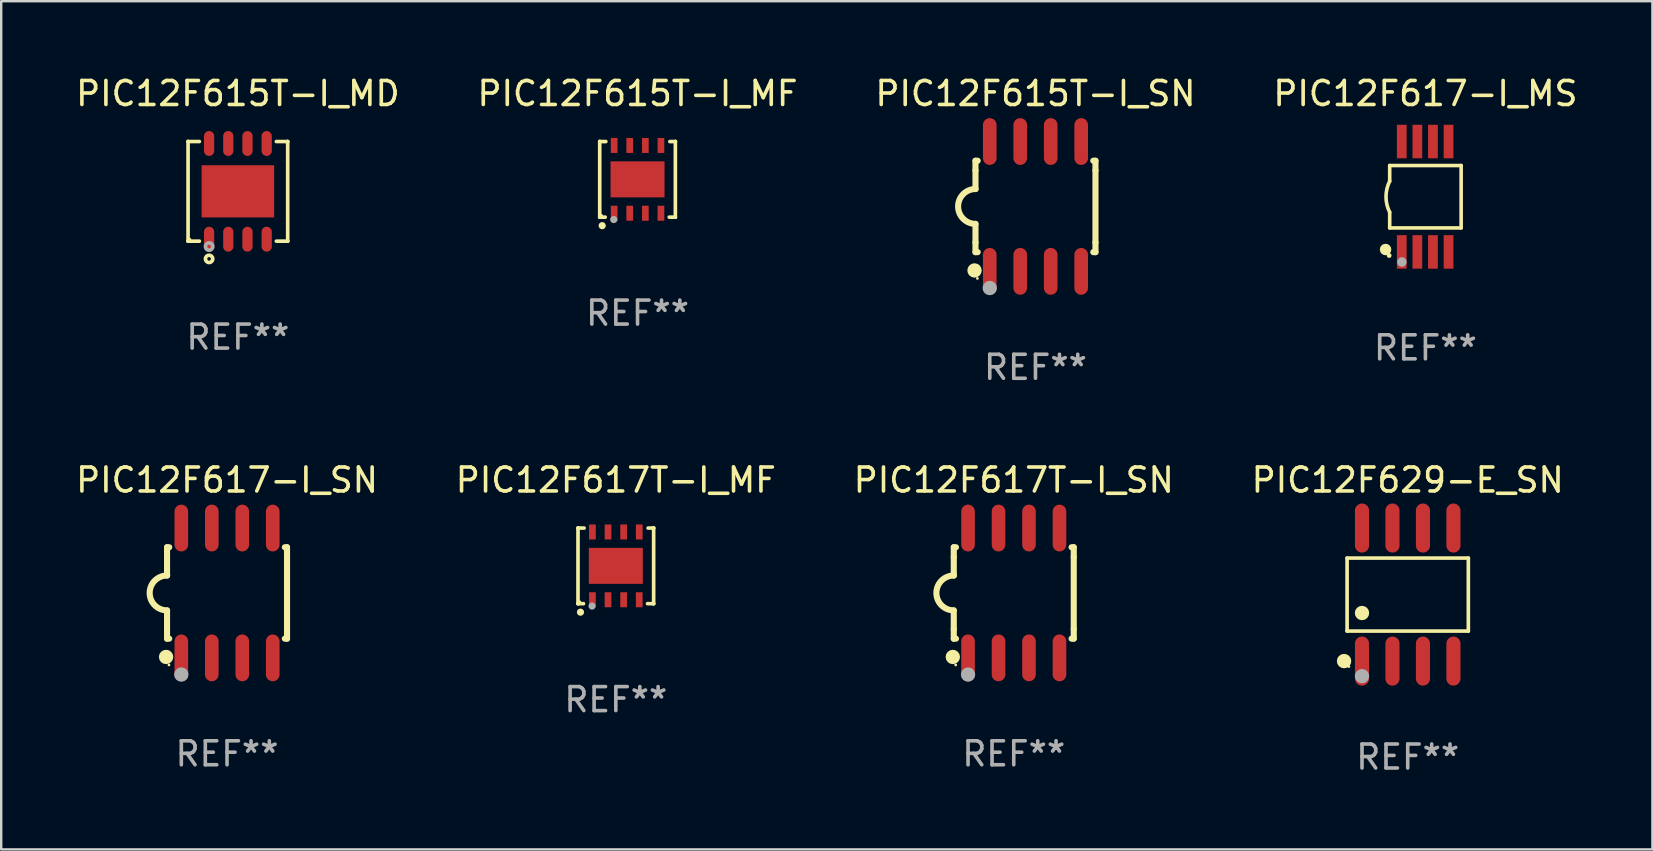
<source format=kicad_pcb>
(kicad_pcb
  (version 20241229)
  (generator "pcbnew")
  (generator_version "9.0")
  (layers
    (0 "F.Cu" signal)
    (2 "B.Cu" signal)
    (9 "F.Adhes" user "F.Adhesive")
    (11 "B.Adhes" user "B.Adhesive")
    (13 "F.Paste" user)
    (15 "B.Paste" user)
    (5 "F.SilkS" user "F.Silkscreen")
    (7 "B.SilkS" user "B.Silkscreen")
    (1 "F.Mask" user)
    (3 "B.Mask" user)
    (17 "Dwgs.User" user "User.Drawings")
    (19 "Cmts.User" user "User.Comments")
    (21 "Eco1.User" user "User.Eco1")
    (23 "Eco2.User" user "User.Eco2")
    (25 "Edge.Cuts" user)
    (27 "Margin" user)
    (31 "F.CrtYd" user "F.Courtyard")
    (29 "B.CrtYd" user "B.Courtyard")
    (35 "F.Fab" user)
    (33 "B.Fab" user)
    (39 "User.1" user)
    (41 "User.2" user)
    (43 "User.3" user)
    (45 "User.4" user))
  (footprint "PIC12F617T-I_SN"
    (layer "F.Cu")
    (at 39.196 21.66)
    (property "Reference" "PIC12F617T-I_SN" (at 0 -4.705 0) (layer "F.SilkS") (effects (font (size 1 1) (thickness 0.15))))
    (attr through_hole)
    (fp_line (start -2.5 -1.905) (end -2.409 -1.905) (stroke (width 0.254) (type solid)) (layer "F.SilkS"))
    (fp_line (start -2.5 -1.5) (end -2.5 -1.905) (stroke (width 0.254) (type solid)) (layer "F.SilkS"))
    (fp_line (start -2.5 -1.5) (end -2.5 -0.726) (stroke (width 0.254) (type solid)) (layer "F.SilkS"))
    (fp_line (start -2.5 1.5) (end -2.5 0.727) (stroke (width 0.254) (type solid)) (layer "F.SilkS"))
    (fp_line (start -2.5 1.5) (end -2.5 1.905) (stroke (width 0.254) (type solid)) (layer "F.SilkS"))
    (fp_line (start -2.5 1.905) (end -2.409 1.905) (stroke (width 0.254) (type solid)) (layer "F.SilkS"))
    (fp_line (start 2.5 -1.905) (end 2.409 -1.905) (stroke (width 0.254) (type solid)) (layer "F.SilkS"))
    (fp_line (start 2.5 -1.5) (end 2.5 -1.905) (stroke (width 0.254) (type solid)) (layer "F.SilkS"))
    (fp_line (start 2.5 -1.5) (end 2.5 1.5) (stroke (width 0.254) (type solid)) (layer "F.SilkS"))
    (fp_line (start 2.5 1.5) (end 2.5 1.905) (stroke (width 0.254) (type solid)) (layer "F.SilkS"))
    (fp_line (start 2.5 1.905) (end 2.409 1.905) (stroke (width 0.254) (type solid)) (layer "F.SilkS"))
    (fp_arc (start -2.5 0.726568) (mid -3.220316 -0.0023) (end -2.495097 -0.726289) (stroke (width 0.254001) (type solid)) (layer "F.SilkS"))
    (fp_circle (center -2.54 2.667) (end -2.39 2.667) (stroke (width 0.3) (type solid)) (fill no) (layer "F.SilkS"))
    (fp_circle (center -2.42 3) (end -2.39 3) (stroke (width 0.06) (type solid)) (fill no) (layer "F.SilkS"))
    (fp_circle (center -1.905 3.4) (end -1.755 3.4) (stroke (width 0.3) (type solid)) (fill no) (layer "F.Fab"))
    (fp_text user "REF**" (at 0 6.705 0) (layer "F.Fab") (effects (font (size 1 1) (thickness 0.15))))
    (pad "1" smd oval (at -1.905 2.705) (size 0.568 1.95) (layers "F.Cu" "F.Mask" "F.Paste"))
    (pad "2" smd oval (at -0.635 2.705) (size 0.568 1.95) (layers "F.Cu" "F.Mask" "F.Paste"))
    (pad "3" smd oval (at 0.635 2.705) (size 0.568 1.95) (layers "F.Cu" "F.Mask" "F.Paste"))
    (pad "4" smd oval (at 1.905 2.705) (size 0.568 1.95) (layers "F.Cu" "F.Mask" "F.Paste"))
    (pad "5" smd oval (at 1.905 -2.705) (size 0.568 1.95) (layers "F.Cu" "F.Mask" "F.Paste"))
    (pad "6" smd oval (at 0.635 -2.705) (size 0.568 1.95) (layers "F.Cu" "F.Mask" "F.Paste"))
    (pad "7" smd oval (at -0.635 -2.705) (size 0.568 1.95) (layers "F.Cu" "F.Mask" "F.Paste"))
    (pad "8" smd oval (at -1.905 -2.705) (size 0.568 1.95) (layers "F.Cu" "F.Mask" "F.Paste")))
  (footprint "PIC12F615T-I_MD"
    (layer "F.Cu")
    (at 6.863 4.924)
    (property "Reference" "PIC12F615T-I_MD" (at 0 -4.076 0) (layer "F.SilkS") (effects (font (size 1 1) (thickness 0.15))))
    (attr through_hole)
    (fp_line (start -2.076 -2.076) (end -2.076 -2.076) (stroke (width 0.152) (type solid)) (layer "F.SilkS"))
    (fp_line (start -2.076 -2.076) (end -1.604 -2.076) (stroke (width 0.152) (type solid)) (layer "F.SilkS"))
    (fp_line (start -2.076 2.076) (end -2.076 -2.076) (stroke (width 0.152) (type solid)) (layer "F.SilkS"))
    (fp_line (start -2.076 2.076) (end -2.076 2.076) (stroke (width 0.152) (type solid)) (layer "F.SilkS"))
    (fp_line (start -1.604 2.076) (end -2.076 2.076) (stroke (width 0.152) (type solid)) (layer "F.SilkS"))
    (fp_line (start 1.604 2.076) (end 2.076 2.076) (stroke (width 0.152) (type solid)) (layer "F.SilkS"))
    (fp_line (start 2.076 -2.076) (end 1.604 -2.076) (stroke (width 0.152) (type solid)) (layer "F.SilkS"))
    (fp_line (start 2.076 -2.076) (end 2.076 -2.076) (stroke (width 0.152) (type solid)) (layer "F.SilkS"))
    (fp_line (start 2.076 2.076) (end 2.076 -2.076) (stroke (width 0.152) (type solid)) (layer "F.SilkS"))
    (fp_line (start 2.076 2.076) (end 2.076 2.076) (stroke (width 0.152) (type solid)) (layer "F.SilkS"))
    (fp_circle (center -2 2) (end -1.97 2) (stroke (width 0.06) (type solid)) (fill no) (layer "F.SilkS"))
    (fp_circle (center -1.2 2.814) (end -1.124 2.814) (stroke (width 0.153) (type solid)) (fill no) (layer "F.SilkS"))
    (fp_circle (center -1.2 2.3) (end -1.124 2.3) (stroke (width 0.153) (type solid)) (fill no) (layer "F.Fab"))
    (fp_text user "REF**" (at 0 6.076 0) (layer "F.Fab") (effects (font (size 1 1) (thickness 0.15))))
    (pad "1" smd oval (at -1.2 1.994) (size 0.427 1.039) (layers "F.Cu" "F.Mask" "F.Paste"))
    (pad "2" smd oval (at -0.4 1.994) (size 0.427 1.039) (layers "F.Cu" "F.Mask" "F.Paste"))
    (pad "3" smd oval (at 0.4 1.994) (size 0.427 1.039) (layers "F.Cu" "F.Mask" "F.Paste"))
    (pad "4" smd oval (at 1.2 1.994) (size 0.427 1.039) (layers "F.Cu" "F.Mask" "F.Paste"))
    (pad "5" smd oval (at 1.2 -1.994) (size 0.427 1.039) (layers "F.Cu" "F.Mask" "F.Paste"))
    (pad "6" smd oval (at 0.4 -1.994) (size 0.427 1.039) (layers "F.Cu" "F.Mask" "F.Paste"))
    (pad "7" smd oval (at -0.4 -1.994) (size 0.427 1.039) (layers "F.Cu" "F.Mask" "F.Paste"))
    (pad "8" smd oval (at -1.2 -1.994) (size 0.427 1.039) (layers "F.Cu" "F.Mask" "F.Paste"))
    (pad "9" smd rect (at 0 0) (size 3.025 2.175) (layers "F.Cu" "F.Mask" "F.Paste")))
  (footprint "PIC12F615T-I_SN"
    (layer "F.Cu")
    (at 40.101 5.553)
    (property "Reference" "PIC12F615T-I_SN" (at 0 -4.705 0) (layer "F.SilkS") (effects (font (size 1 1) (thickness 0.15))))
    (attr through_hole)
    (fp_line (start -2.5 -1.905) (end -2.409 -1.905) (stroke (width 0.254) (type solid)) (layer "F.SilkS"))
    (fp_line (start -2.5 -1.5) (end -2.5 -1.905) (stroke (width 0.254) (type solid)) (layer "F.SilkS"))
    (fp_line (start -2.5 -1.5) (end -2.5 -0.726) (stroke (width 0.254) (type solid)) (layer "F.SilkS"))
    (fp_line (start -2.5 1.5) (end -2.5 0.727) (stroke (width 0.254) (type solid)) (layer "F.SilkS"))
    (fp_line (start -2.5 1.5) (end -2.5 1.905) (stroke (width 0.254) (type solid)) (layer "F.SilkS"))
    (fp_line (start -2.5 1.905) (end -2.409 1.905) (stroke (width 0.254) (type solid)) (layer "F.SilkS"))
    (fp_line (start 2.5 -1.905) (end 2.409 -1.905) (stroke (width 0.254) (type solid)) (layer "F.SilkS"))
    (fp_line (start 2.5 -1.5) (end 2.5 -1.905) (stroke (width 0.254) (type solid)) (layer "F.SilkS"))
    (fp_line (start 2.5 -1.5) (end 2.5 1.5) (stroke (width 0.254) (type solid)) (layer "F.SilkS"))
    (fp_line (start 2.5 1.5) (end 2.5 1.905) (stroke (width 0.254) (type solid)) (layer "F.SilkS"))
    (fp_line (start 2.5 1.905) (end 2.409 1.905) (stroke (width 0.254) (type solid)) (layer "F.SilkS"))
    (fp_arc (start -2.5 0.726568) (mid -3.220316 -0.0023) (end -2.495097 -0.726289) (stroke (width 0.254001) (type solid)) (layer "F.SilkS"))
    (fp_circle (center -2.54 2.667) (end -2.39 2.667) (stroke (width 0.3) (type solid)) (fill no) (layer "F.SilkS"))
    (fp_circle (center -2.42 3) (end -2.39 3) (stroke (width 0.06) (type solid)) (fill no) (layer "F.SilkS"))
    (fp_circle (center -1.905 3.4) (end -1.755 3.4) (stroke (width 0.3) (type solid)) (fill no) (layer "F.Fab"))
    (fp_text user "REF**" (at 0 6.705 0) (layer "F.Fab") (effects (font (size 1 1) (thickness 0.15))))
    (pad "1" smd oval (at -1.905 2.705) (size 0.568 1.95) (layers "F.Cu" "F.Mask" "F.Paste"))
    (pad "2" smd oval (at -0.635 2.705) (size 0.568 1.95) (layers "F.Cu" "F.Mask" "F.Paste"))
    (pad "3" smd oval (at 0.635 2.705) (size 0.568 1.95) (layers "F.Cu" "F.Mask" "F.Paste"))
    (pad "4" smd oval (at 1.905 2.705) (size 0.568 1.95) (layers "F.Cu" "F.Mask" "F.Paste"))
    (pad "5" smd oval (at 1.905 -2.705) (size 0.568 1.95) (layers "F.Cu" "F.Mask" "F.Paste"))
    (pad "6" smd oval (at 0.635 -2.705) (size 0.568 1.95) (layers "F.Cu" "F.Mask" "F.Paste"))
    (pad "7" smd oval (at -0.635 -2.705) (size 0.568 1.95) (layers "F.Cu" "F.Mask" "F.Paste"))
    (pad "8" smd oval (at -1.905 -2.705) (size 0.568 1.95) (layers "F.Cu" "F.Mask" "F.Paste")))
  (footprint "PIC12F629-E_SN"
    (layer "F.Cu")
    (at 55.613 21.727)
    (property "Reference" "PIC12F629-E_SN" (at 0 -4.772 0) (layer "F.SilkS") (effects (font (size 1 1) (thickness 0.15))))
    (attr through_hole)
    (fp_line (start -2.526 -1.521) (end 2.526 -1.521) (stroke (width 0.152) (type solid)) (layer "F.SilkS"))
    (fp_line (start -2.526 1.521) (end -2.526 -1.521) (stroke (width 0.152) (type solid)) (layer "F.SilkS"))
    (fp_line (start 2.526 -1.521) (end 2.526 1.521) (stroke (width 0.152) (type solid)) (layer "F.SilkS"))
    (fp_line (start 2.526 1.521) (end -2.526 1.521) (stroke (width 0.152) (type solid)) (layer "F.SilkS"))
    (fp_circle (center -2.652 2.772) (end -2.501 2.772) (stroke (width 0.3) (type solid)) (fill no) (layer "F.SilkS"))
    (fp_circle (center -2.45 3) (end -2.42 3) (stroke (width 0.06) (type solid)) (fill no) (layer "F.SilkS"))
    (fp_circle (center -1.905 0.769) (end -1.755 0.769) (stroke (width 0.3) (type solid)) (fill no) (layer "F.SilkS"))
    (fp_circle (center -1.905 3.4) (end -1.755 3.4) (stroke (width 0.3) (type solid)) (fill no) (layer "F.Fab"))
    (fp_text user "REF**" (at 0 6.772 0) (layer "F.Fab") (effects (font (size 1 1) (thickness 0.15))))
    (pad "1" smd oval (at -1.905 2.772) (size 0.588 2.045) (layers "F.Cu" "F.Mask" "F.Paste"))
    (pad "2" smd oval (at -0.635 2.772) (size 0.588 2.045) (layers "F.Cu" "F.Mask" "F.Paste"))
    (pad "3" smd oval (at 0.635 2.772) (size 0.588 2.045) (layers "F.Cu" "F.Mask" "F.Paste"))
    (pad "4" smd oval (at 1.905 2.772) (size 0.588 2.045) (layers "F.Cu" "F.Mask" "F.Paste"))
    (pad "5" smd oval (at 1.905 -2.772) (size 0.588 2.045) (layers "F.Cu" "F.Mask" "F.Paste"))
    (pad "6" smd oval (at 0.635 -2.772) (size 0.588 2.045) (layers "F.Cu" "F.Mask" "F.Paste"))
    (pad "7" smd oval (at -0.635 -2.772) (size 0.588 2.045) (layers "F.Cu" "F.Mask" "F.Paste"))
    (pad "8" smd oval (at -1.905 -2.772) (size 0.588 2.045) (layers "F.Cu" "F.Mask" "F.Paste")))
  (footprint "PIC12F615T-I_MF"
    (layer "F.Cu")
    (at 23.518 4.424)
    (property "Reference" "PIC12F615T-I_MF" (at 0 -3.576 0) (layer "F.SilkS") (effects (font (size 1 1) (thickness 0.15))))
    (attr through_hole)
    (fp_line (start -1.576 -1.576) (end -1.576 -1.576) (stroke (width 0.152) (type solid)) (layer "F.SilkS"))
    (fp_line (start -1.576 -1.576) (end -1.576 1.576) (stroke (width 0.152) (type solid)) (layer "F.SilkS"))
    (fp_line (start -1.576 1.576) (end -1.576 1.576) (stroke (width 0.152) (type solid)) (layer "F.SilkS"))
    (fp_line (start -1.576 1.576) (end -1.346 1.575) (stroke (width 0.152) (type solid)) (layer "F.SilkS"))
    (fp_line (start -1.321 -1.575) (end -1.576 -1.576) (stroke (width 0.152) (type solid)) (layer "F.SilkS"))
    (fp_line (start 1.321 1.575) (end 1.576 1.576) (stroke (width 0.152) (type solid)) (layer "F.SilkS"))
    (fp_line (start 1.576 -1.576) (end 1.346 -1.575) (stroke (width 0.152) (type solid)) (layer "F.SilkS"))
    (fp_line (start 1.576 -1.576) (end 1.576 -1.576) (stroke (width 0.152) (type solid)) (layer "F.SilkS"))
    (fp_line (start 1.576 1.576) (end 1.576 -1.576) (stroke (width 0.152) (type solid)) (layer "F.SilkS"))
    (fp_line (start 1.576 1.576) (end 1.576 1.576) (stroke (width 0.152) (type solid)) (layer "F.SilkS"))
    (fp_circle (center -1.5 1.5) (end -1.47 1.5) (stroke (width 0.06) (type solid)) (fill no) (layer "F.SilkS"))
    (fp_circle (center -1.473 1.93) (end -1.398 1.93) (stroke (width 0.15) (type solid)) (fill no) (layer "F.SilkS"))
    (fp_circle (center -0.991 1.676) (end -0.916 1.676) (stroke (width 0.15) (type solid)) (fill no) (layer "F.Fab"))
    (fp_text user "REF**" (at 0 5.576 0) (layer "F.Fab") (effects (font (size 1 1) (thickness 0.15))))
    (pad "1" smd rect (at -0.975 1.412) (size 0.28 0.625) (layers "F.Cu" "F.Mask" "F.Paste"))
    (pad "2" smd rect (at -0.325 1.412) (size 0.28 0.625) (layers "F.Cu" "F.Mask" "F.Paste"))
    (pad "3" smd rect (at 0.325 1.412) (size 0.28 0.625) (layers "F.Cu" "F.Mask" "F.Paste"))
    (pad "4" smd rect (at 0.975 1.412) (size 0.28 0.625) (layers "F.Cu" "F.Mask" "F.Paste"))
    (pad "5" smd rect (at 0.975 -1.412) (size 0.28 0.625) (layers "F.Cu" "F.Mask" "F.Paste"))
    (pad "6" smd rect (at 0.325 -1.412) (size 0.28 0.625) (layers "F.Cu" "F.Mask" "F.Paste"))
    (pad "7" smd rect (at -0.325 -1.412) (size 0.28 0.625) (layers "F.Cu" "F.Mask" "F.Paste"))
    (pad "8" smd rect (at -0.975 -1.412) (size 0.28 0.625) (layers "F.Cu" "F.Mask" "F.Paste"))
    (pad "9" smd rect (at 0 0) (size 2.25 1.5) (layers "F.Cu" "F.Mask" "F.Paste")))
  (footprint "PIC12F617-I_SN"
    (layer "F.Cu")
    (at 6.411 21.66)
    (property "Reference" "PIC12F617-I_SN" (at 0 -4.705 0) (layer "F.SilkS") (effects (font (size 1 1) (thickness 0.15))))
    (attr through_hole)
    (fp_line (start -2.5 -1.905) (end -2.409 -1.905) (stroke (width 0.254) (type solid)) (layer "F.SilkS"))
    (fp_line (start -2.5 -1.5) (end -2.5 -1.905) (stroke (width 0.254) (type solid)) (layer "F.SilkS"))
    (fp_line (start -2.5 -1.5) (end -2.5 -0.726) (stroke (width 0.254) (type solid)) (layer "F.SilkS"))
    (fp_line (start -2.5 1.5) (end -2.5 0.727) (stroke (width 0.254) (type solid)) (layer "F.SilkS"))
    (fp_line (start -2.5 1.5) (end -2.5 1.905) (stroke (width 0.254) (type solid)) (layer "F.SilkS"))
    (fp_line (start -2.5 1.905) (end -2.409 1.905) (stroke (width 0.254) (type solid)) (layer "F.SilkS"))
    (fp_line (start 2.5 -1.905) (end 2.409 -1.905) (stroke (width 0.254) (type solid)) (layer "F.SilkS"))
    (fp_line (start 2.5 -1.5) (end 2.5 -1.905) (stroke (width 0.254) (type solid)) (layer "F.SilkS"))
    (fp_line (start 2.5 -1.5) (end 2.5 1.5) (stroke (width 0.254) (type solid)) (layer "F.SilkS"))
    (fp_line (start 2.5 1.5) (end 2.5 1.905) (stroke (width 0.254) (type solid)) (layer "F.SilkS"))
    (fp_line (start 2.5 1.905) (end 2.409 1.905) (stroke (width 0.254) (type solid)) (layer "F.SilkS"))
    (fp_arc (start -2.5 0.726568) (mid -3.220316 -0.0023) (end -2.495097 -0.726289) (stroke (width 0.254001) (type solid)) (layer "F.SilkS"))
    (fp_circle (center -2.54 2.667) (end -2.39 2.667) (stroke (width 0.3) (type solid)) (fill no) (layer "F.SilkS"))
    (fp_circle (center -2.42 3) (end -2.39 3) (stroke (width 0.06) (type solid)) (fill no) (layer "F.SilkS"))
    (fp_circle (center -1.905 3.4) (end -1.755 3.4) (stroke (width 0.3) (type solid)) (fill no) (layer "F.Fab"))
    (fp_text user "REF**" (at 0 6.705 0) (layer "F.Fab") (effects (font (size 1 1) (thickness 0.15))))
    (pad "1" smd oval (at -1.905 2.705) (size 0.568 1.95) (layers "F.Cu" "F.Mask" "F.Paste"))
    (pad "2" smd oval (at -0.635 2.705) (size 0.568 1.95) (layers "F.Cu" "F.Mask" "F.Paste"))
    (pad "3" smd oval (at 0.635 2.705) (size 0.568 1.95) (layers "F.Cu" "F.Mask" "F.Paste"))
    (pad "4" smd oval (at 1.905 2.705) (size 0.568 1.95) (layers "F.Cu" "F.Mask" "F.Paste"))
    (pad "5" smd oval (at 1.905 -2.705) (size 0.568 1.95) (layers "F.Cu" "F.Mask" "F.Paste"))
    (pad "6" smd oval (at 0.635 -2.705) (size 0.568 1.95) (layers "F.Cu" "F.Mask" "F.Paste"))
    (pad "7" smd oval (at -0.635 -2.705) (size 0.568 1.95) (layers "F.Cu" "F.Mask" "F.Paste"))
    (pad "8" smd oval (at -1.905 -2.705) (size 0.568 1.95) (layers "F.Cu" "F.Mask" "F.Paste")))
  (footprint "PIC12F617T-I_MF"
    (layer "F.Cu")
    (at 22.613 20.531)
    (property "Reference" "PIC12F617T-I_MF" (at 0 -3.576 0) (layer "F.SilkS") (effects (font (size 1 1) (thickness 0.15))))
    (attr through_hole)
    (fp_line (start -1.576 -1.576) (end -1.576 -1.576) (stroke (width 0.152) (type solid)) (layer "F.SilkS"))
    (fp_line (start -1.576 -1.576) (end -1.576 1.576) (stroke (width 0.152) (type solid)) (layer "F.SilkS"))
    (fp_line (start -1.576 1.576) (end -1.576 1.576) (stroke (width 0.152) (type solid)) (layer "F.SilkS"))
    (fp_line (start -1.576 1.576) (end -1.346 1.575) (stroke (width 0.152) (type solid)) (layer "F.SilkS"))
    (fp_line (start -1.321 -1.575) (end -1.576 -1.576) (stroke (width 0.152) (type solid)) (layer "F.SilkS"))
    (fp_line (start 1.321 1.575) (end 1.576 1.576) (stroke (width 0.152) (type solid)) (layer "F.SilkS"))
    (fp_line (start 1.576 -1.576) (end 1.346 -1.575) (stroke (width 0.152) (type solid)) (layer "F.SilkS"))
    (fp_line (start 1.576 -1.576) (end 1.576 -1.576) (stroke (width 0.152) (type solid)) (layer "F.SilkS"))
    (fp_line (start 1.576 1.576) (end 1.576 -1.576) (stroke (width 0.152) (type solid)) (layer "F.SilkS"))
    (fp_line (start 1.576 1.576) (end 1.576 1.576) (stroke (width 0.152) (type solid)) (layer "F.SilkS"))
    (fp_circle (center -1.5 1.5) (end -1.47 1.5) (stroke (width 0.06) (type solid)) (fill no) (layer "F.SilkS"))
    (fp_circle (center -1.473 1.93) (end -1.398 1.93) (stroke (width 0.15) (type solid)) (fill no) (layer "F.SilkS"))
    (fp_circle (center -0.991 1.676) (end -0.916 1.676) (stroke (width 0.15) (type solid)) (fill no) (layer "F.Fab"))
    (fp_text user "REF**" (at 0 5.576 0) (layer "F.Fab") (effects (font (size 1 1) (thickness 0.15))))
    (pad "1" smd rect (at -0.975 1.412) (size 0.28 0.625) (layers "F.Cu" "F.Mask" "F.Paste"))
    (pad "2" smd rect (at -0.325 1.412) (size 0.28 0.625) (layers "F.Cu" "F.Mask" "F.Paste"))
    (pad "3" smd rect (at 0.325 1.412) (size 0.28 0.625) (layers "F.Cu" "F.Mask" "F.Paste"))
    (pad "4" smd rect (at 0.975 1.412) (size 0.28 0.625) (layers "F.Cu" "F.Mask" "F.Paste"))
    (pad "5" smd rect (at 0.975 -1.412) (size 0.28 0.625) (layers "F.Cu" "F.Mask" "F.Paste"))
    (pad "6" smd rect (at 0.325 -1.412) (size 0.28 0.625) (layers "F.Cu" "F.Mask" "F.Paste"))
    (pad "7" smd rect (at -0.325 -1.412) (size 0.28 0.625) (layers "F.Cu" "F.Mask" "F.Paste"))
    (pad "8" smd rect (at -0.975 -1.412) (size 0.28 0.625) (layers "F.Cu" "F.Mask" "F.Paste"))
    (pad "9" smd rect (at 0 0) (size 2.25 1.5) (layers "F.Cu" "F.Mask" "F.Paste")))
  (footprint "PIC12F617-I_MS"
    (layer "F.Cu")
    (at 56.351 5.148)
    (property "Reference" "PIC12F617-I_MS" (at 0 -4.3 0) (layer "F.SilkS") (effects (font (size 1 1) (thickness 0.15))))
    (attr through_hole)
    (fp_line (start -1.489 -1.3) (end -1.489 -0.648) (stroke (width 0.15) (type solid)) (layer "F.SilkS"))
    (fp_line (start -1.489 0.648) (end -1.489 1.3) (stroke (width 0.15) (type solid)) (layer "F.SilkS"))
    (fp_line (start -1.489 1.3) (end 1.489 1.3) (stroke (width 0.15) (type solid)) (layer "F.SilkS"))
    (fp_line (start 1.489 -1.3) (end -1.489 -1.3) (stroke (width 0.15) (type solid)) (layer "F.SilkS"))
    (fp_line (start 1.489 1.3) (end 1.489 -1.3) (stroke (width 0.15) (type solid)) (layer "F.SilkS"))
    (fp_arc (start -1.489205 0.647702) (mid -1.642107 0) (end -1.489205 -0.647701) (stroke (width 0.150013) (type solid)) (layer "F.SilkS"))
    (fp_circle (center -1.661 2.2) (end -1.541 2.2) (stroke (width 0.24) (type solid)) (fill no) (layer "F.SilkS"))
    (fp_circle (center -1.511 2.45) (end -1.461 2.45) (stroke (width 0.1) (type solid)) (fill no) (layer "F.SilkS"))
    (fp_circle (center -0.981 2.72) (end -0.881 2.72) (stroke (width 0.2) (type solid)) (fill no) (layer "F.Fab"))
    (fp_text user "REF**" (at 0 6.3 0) (layer "F.Fab") (effects (font (size 1 1) (thickness 0.15))))
    (pad "1" smd rect (at -0.986 2.3) (size 0.406 1.397) (layers "F.Cu" "F.Mask" "F.Paste"))
    (pad "2" smd rect (at -0.336 2.3) (size 0.406 1.397) (layers "F.Cu" "F.Mask" "F.Paste"))
    (pad "3" smd rect (at 0.314 2.3) (size 0.406 1.397) (layers "F.Cu" "F.Mask" "F.Paste"))
    (pad "4" smd rect (at 0.964 2.3) (size 0.406 1.397) (layers "F.Cu" "F.Mask" "F.Paste"))
    (pad "5" smd rect (at 0.964 -2.3) (size 0.406 1.397) (layers "F.Cu" "F.Mask" "F.Paste"))
    (pad "6" smd rect (at 0.314 -2.3) (size 0.406 1.397) (layers "F.Cu" "F.Mask" "F.Paste"))
    (pad "7" smd rect (at -0.336 -2.3) (size 0.406 1.397) (layers "F.Cu" "F.Mask" "F.Paste"))
    (pad "8" smd rect (at -0.986 -2.3) (size 0.406 1.397) (layers "F.Cu" "F.Mask" "F.Paste")))
  (gr_rect
    (start -3 -3)
    (end 65.81 32.348)
    (stroke (width 0.1) (type default))
    (fill no)
    (layer "Edge.Cuts")))
</source>
